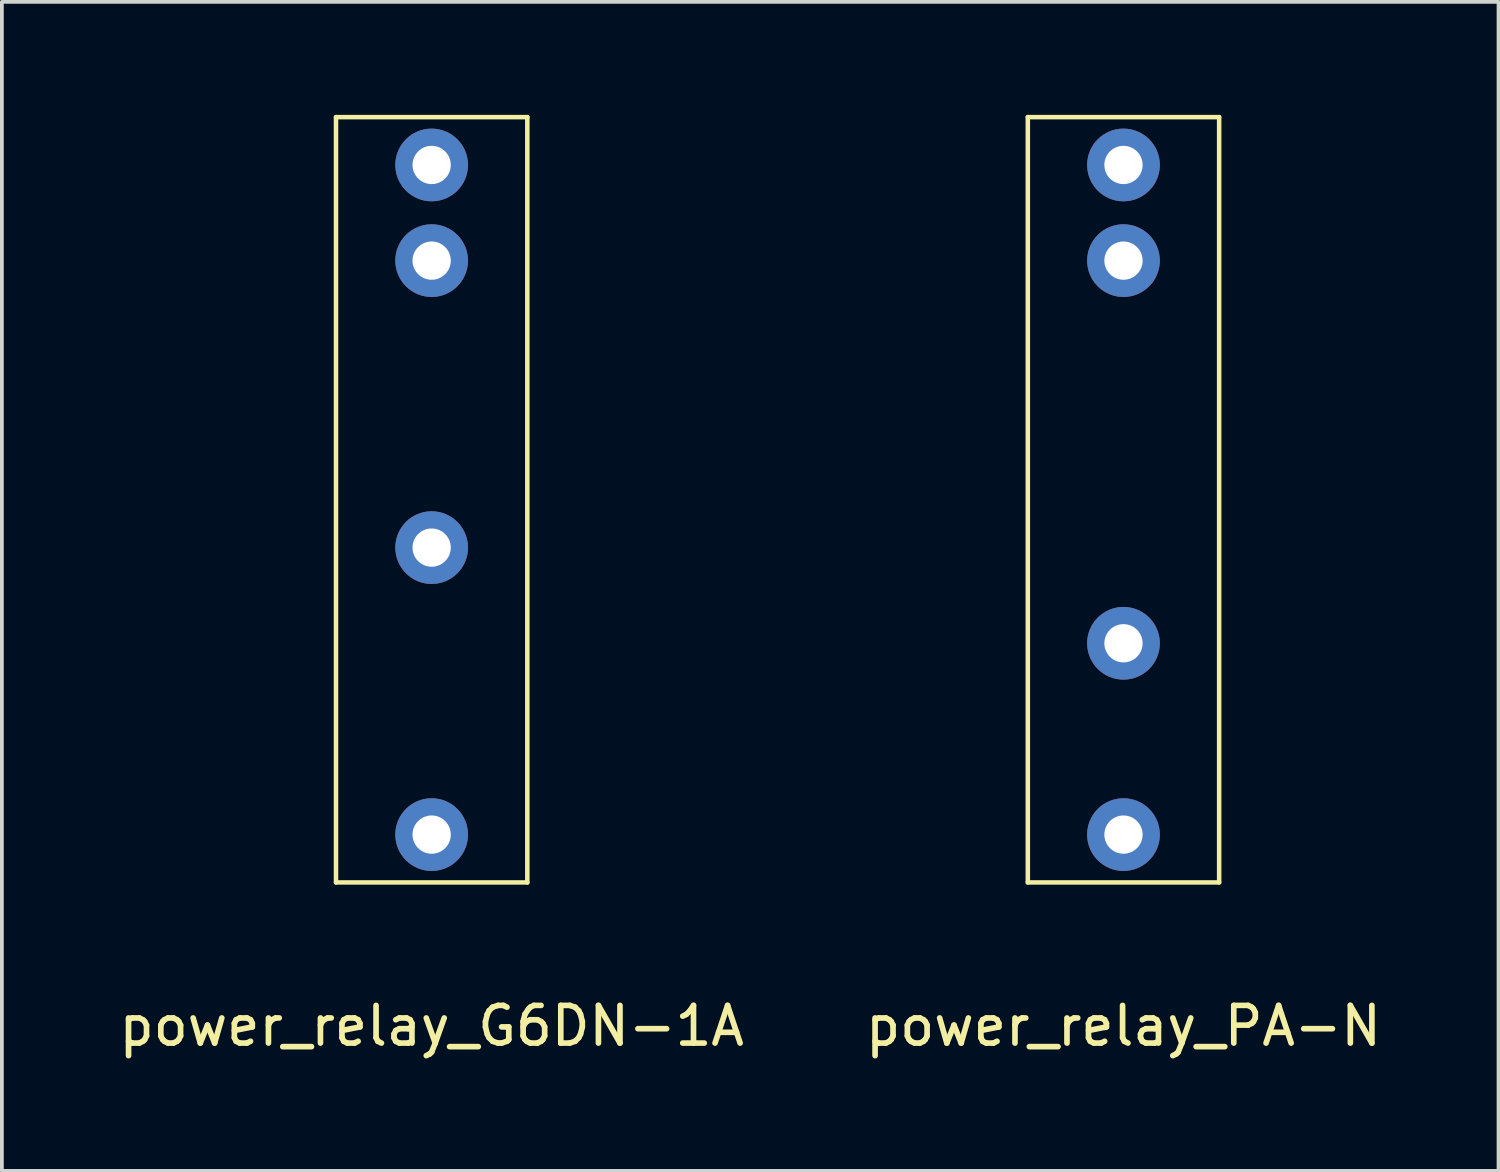
<source format=kicad_pcb>
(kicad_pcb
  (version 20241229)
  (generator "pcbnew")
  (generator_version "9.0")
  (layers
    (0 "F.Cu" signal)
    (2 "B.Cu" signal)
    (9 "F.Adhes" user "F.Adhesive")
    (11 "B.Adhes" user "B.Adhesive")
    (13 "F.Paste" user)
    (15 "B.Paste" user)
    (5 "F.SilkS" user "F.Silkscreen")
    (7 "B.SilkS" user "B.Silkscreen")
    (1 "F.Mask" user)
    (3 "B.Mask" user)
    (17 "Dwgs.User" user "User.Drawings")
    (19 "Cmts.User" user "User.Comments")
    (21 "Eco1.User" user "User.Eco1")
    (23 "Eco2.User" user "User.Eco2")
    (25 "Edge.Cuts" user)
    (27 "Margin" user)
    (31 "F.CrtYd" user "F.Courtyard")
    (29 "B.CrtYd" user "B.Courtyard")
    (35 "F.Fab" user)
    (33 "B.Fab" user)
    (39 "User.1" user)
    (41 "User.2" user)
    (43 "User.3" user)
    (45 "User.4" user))
  (footprint "power_relay_G6DN-1A"
    (layer "F.Cu")
    (at 8.411 16.57)
    (property "Reference" "power_relay_G6DN-1A" (at 0 7.62 0) (layer "F.SilkS") (effects (font (size 1 1) (thickness 0.15))))
    (attr through_hole)
    (fp_line (start -2.54 -16.51) (end 2.54 -16.51) (stroke (width 0.12) (type solid)) (layer "F.SilkS"))
    (fp_line (start -2.54 3.81) (end -2.54 -16.51) (stroke (width 0.12) (type solid)) (layer "F.SilkS"))
    (fp_line (start 2.54 -16.51) (end 2.54 3.81) (stroke (width 0.12) (type solid)) (layer "F.SilkS"))
    (fp_line (start 2.54 3.81) (end -2.54 3.81) (stroke (width 0.12) (type solid)) (layer "F.SilkS"))
    (pad "1" thru_hole circle (at 0 -15.24) (size 1.93 1.93) (drill 1.016) (layers "*.Cu" "*.Mask"))
    (pad "2" thru_hole circle (at 0 -12.7) (size 1.93 1.93) (drill 1.016) (layers "*.Cu" "*.Mask"))
    (pad "3" thru_hole circle (at 0 -5.08) (size 1.93 1.93) (drill 1.016) (layers "*.Cu" "*.Mask"))
    (pad "4" thru_hole circle (at 0 2.54) (size 1.93 1.93) (drill 1.016) (layers "*.Cu" "*.Mask")))
  (footprint "power_relay_PA-N"
    (layer "F.Cu")
    (at 26.78 20.38)
    (property "Reference" "power_relay_PA-N" (at 0 3.81 0) (layer "F.SilkS") (effects (font (size 1 1) (thickness 0.15))))
    (attr through_hole)
    (fp_line (start -2.54 -20.32) (end 2.54 -20.32) (stroke (width 0.12) (type solid)) (layer "F.SilkS"))
    (fp_line (start -2.54 0) (end -2.54 -20.32) (stroke (width 0.12) (type solid)) (layer "F.SilkS"))
    (fp_line (start 2.54 -20.32) (end 2.54 0) (stroke (width 0.12) (type solid)) (layer "F.SilkS"))
    (fp_line (start 2.54 0) (end -2.54 0) (stroke (width 0.12) (type solid)) (layer "F.SilkS"))
    (pad "1" thru_hole circle (at 0 -19.05) (size 1.93 1.93) (drill 1.016) (layers "*.Cu" "*.Mask"))
    (pad "2" thru_hole circle (at 0 -16.51) (size 1.93 1.93) (drill 1.016) (layers "*.Cu" "*.Mask"))
    (pad "3" thru_hole circle (at 0 -6.35) (size 1.93 1.93) (drill 1.016) (layers "*.Cu" "*.Mask"))
    (pad "4" thru_hole circle (at 0 -1.27) (size 1.93 1.93) (drill 1.016) (layers "*.Cu" "*.Mask")))
  (gr_rect
    (start -3 -3)
    (end 36.738 28.038)
    (stroke (width 0.1) (type default))
    (fill no)
    (layer "Edge.Cuts")))
</source>
